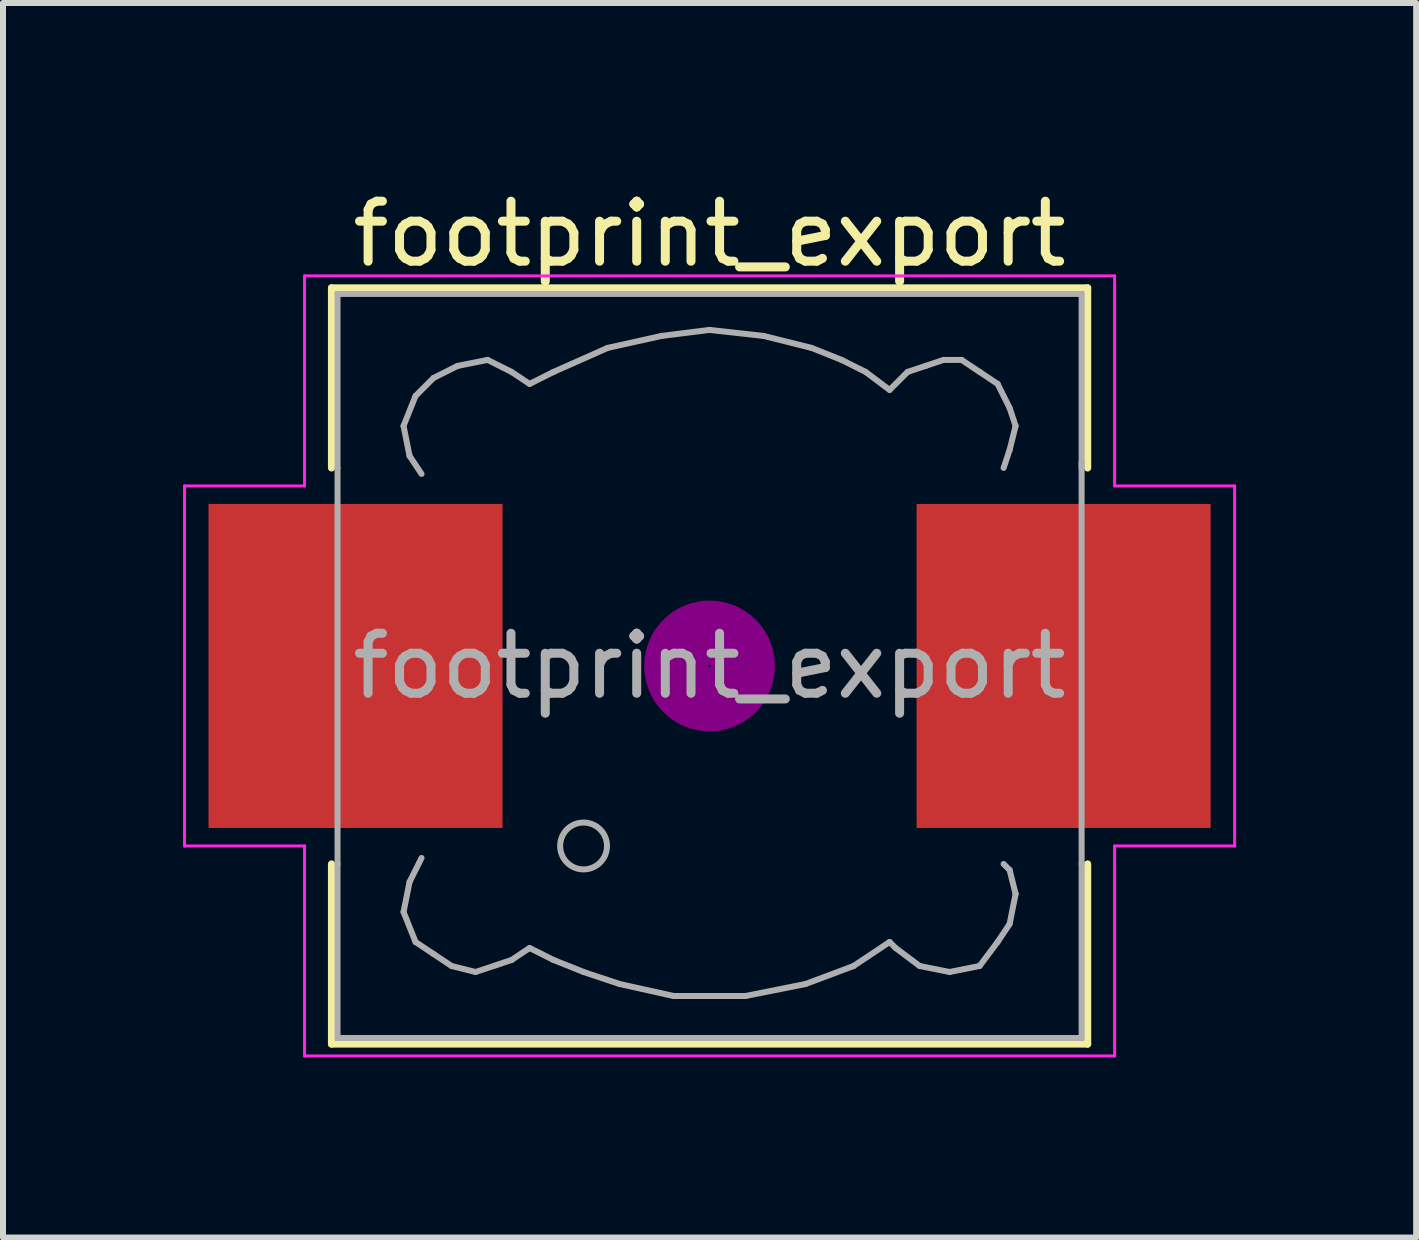
<source format=kicad_pcb>
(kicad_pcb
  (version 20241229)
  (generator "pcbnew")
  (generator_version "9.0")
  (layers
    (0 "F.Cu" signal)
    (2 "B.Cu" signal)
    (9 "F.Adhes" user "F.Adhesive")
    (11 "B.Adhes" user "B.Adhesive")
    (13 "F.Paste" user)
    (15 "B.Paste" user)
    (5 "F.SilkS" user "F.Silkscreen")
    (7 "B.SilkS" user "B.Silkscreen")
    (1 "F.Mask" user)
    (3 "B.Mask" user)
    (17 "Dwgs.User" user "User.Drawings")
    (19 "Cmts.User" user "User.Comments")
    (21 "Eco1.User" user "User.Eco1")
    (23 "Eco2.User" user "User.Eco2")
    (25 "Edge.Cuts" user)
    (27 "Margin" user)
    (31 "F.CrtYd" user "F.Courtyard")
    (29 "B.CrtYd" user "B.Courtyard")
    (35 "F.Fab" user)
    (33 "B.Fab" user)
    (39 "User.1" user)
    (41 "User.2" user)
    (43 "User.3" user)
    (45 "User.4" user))
  (footprint "footprint_export"
    (layer "F.Cu")
    (at 8.775 8.048)
    (property "Reference" "footprint_export" (at 0 -7.2 0) (layer "F.SilkS") (effects (font (size 1 1) (thickness 0.15))))
    (attr smd)
    (fp_line (start -6.3 -6.3) (end 6.3 -6.3) (stroke (width 0.12) (type solid)) (layer "F.SilkS"))
    (fp_line (start -6.3 -3.3) (end -6.3 -6.3) (stroke (width 0.12) (type solid)) (layer "F.SilkS"))
    (fp_line (start -6.3 6.3) (end -6.3 3.3) (stroke (width 0.12) (type solid)) (layer "F.SilkS"))
    (fp_line (start 6.3 -6.3) (end 6.3 -3.3) (stroke (width 0.12) (type solid)) (layer "F.SilkS"))
    (fp_line (start 6.3 3.3) (end 6.3 6.3) (stroke (width 0.12) (type solid)) (layer "F.SilkS"))
    (fp_line (start 6.3 6.3) (end -6.3 6.3) (stroke (width 0.12) (type solid)) (layer "F.SilkS"))
    (fp_circle (center 0 0) (end 0.15 0.15) (stroke (width 0.38) (type solid)) (fill no) (layer "F.Adhes"))
    (fp_circle (center 0 0) (end 0.55 0) (stroke (width 0.38) (type solid)) (fill no) (layer "F.Adhes"))
    (fp_circle (center 0 0) (end 0.9 0) (stroke (width 0.38) (type solid)) (fill no) (layer "F.Adhes"))
    (fp_line (start -8.75 -3) (end -6.75 -3) (stroke (width 0.05) (type solid)) (layer "F.CrtYd"))
    (fp_line (start -8.75 3) (end -8.75 -3) (stroke (width 0.05) (type solid)) (layer "F.CrtYd"))
    (fp_line (start -6.75 -6.5) (end 6.75 -6.5) (stroke (width 0.05) (type solid)) (layer "F.CrtYd"))
    (fp_line (start -6.75 -3) (end -6.75 -6.5) (stroke (width 0.05) (type solid)) (layer "F.CrtYd"))
    (fp_line (start -6.75 3) (end -8.75 3) (stroke (width 0.05) (type solid)) (layer "F.CrtYd"))
    (fp_line (start -6.75 6.5) (end -6.75 3) (stroke (width 0.05) (type solid)) (layer "F.CrtYd"))
    (fp_line (start 6.75 -6.5) (end 6.75 -3) (stroke (width 0.05) (type solid)) (layer "F.CrtYd"))
    (fp_line (start 6.75 -3) (end 8.75 -3) (stroke (width 0.05) (type solid)) (layer "F.CrtYd"))
    (fp_line (start 6.75 3) (end 6.75 6.5) (stroke (width 0.05) (type solid)) (layer "F.CrtYd"))
    (fp_line (start 6.75 6.5) (end -6.75 6.5) (stroke (width 0.05) (type solid)) (layer "F.CrtYd"))
    (fp_line (start 8.75 -3) (end 8.75 3) (stroke (width 0.05) (type solid)) (layer "F.CrtYd"))
    (fp_line (start 8.75 3) (end 6.75 3) (stroke (width 0.05) (type solid)) (layer "F.CrtYd"))
    (fp_line (start -6.2 -6.2) (end -6.2 -3.3) (stroke (width 0.1) (type solid)) (layer "F.Fab"))
    (fp_line (start -6.2 -3.3) (end -6.2 3.3) (stroke (width 0.1) (type solid)) (layer "F.Fab"))
    (fp_line (start -6.2 3.3) (end -6.2 6.2) (stroke (width 0.1) (type solid)) (layer "F.Fab"))
    (fp_line (start -6.2 6.2) (end 6.2 6.2) (stroke (width 0.1) (type solid)) (layer "F.Fab"))
    (fp_line (start -5.1 -4) (end -5 -3.5) (stroke (width 0.1) (type solid)) (layer "F.Fab"))
    (fp_line (start -5.1 4.1) (end -5 3.6) (stroke (width 0.1) (type solid)) (layer "F.Fab"))
    (fp_line (start -5 -3.5) (end -4.8 -3.2) (stroke (width 0.1) (type solid)) (layer "F.Fab"))
    (fp_line (start -5 3.6) (end -4.8 3.2) (stroke (width 0.1) (type solid)) (layer "F.Fab"))
    (fp_line (start -4.9 -4.5) (end -5.1 -4) (stroke (width 0.1) (type solid)) (layer "F.Fab"))
    (fp_line (start -4.9 4.6) (end -5.1 4.1) (stroke (width 0.1) (type solid)) (layer "F.Fab"))
    (fp_line (start -4.6 -4.8) (end -4.9 -4.5) (stroke (width 0.1) (type solid)) (layer "F.Fab"))
    (fp_line (start -4.6 4.8) (end -4.9 4.6) (stroke (width 0.1) (type solid)) (layer "F.Fab"))
    (fp_line (start -4.3 5) (end -4.6 4.8) (stroke (width 0.1) (type solid)) (layer "F.Fab"))
    (fp_line (start -4.2 -5) (end -4.6 -4.8) (stroke (width 0.1) (type solid)) (layer "F.Fab"))
    (fp_line (start -3.9 5.1) (end -4.3 5) (stroke (width 0.1) (type solid)) (layer "F.Fab"))
    (fp_line (start -3.7 -5.1) (end -4.2 -5) (stroke (width 0.1) (type solid)) (layer "F.Fab"))
    (fp_line (start -3.3 -4.9) (end -3.7 -5.1) (stroke (width 0.1) (type solid)) (layer "F.Fab"))
    (fp_line (start -3.3 4.9) (end -3.9 5.1) (stroke (width 0.1) (type solid)) (layer "F.Fab"))
    (fp_line (start -3 -4.7) (end -3.3 -4.9) (stroke (width 0.1) (type solid)) (layer "F.Fab"))
    (fp_line (start -3 4.7) (end -3.3 4.9) (stroke (width 0.1) (type solid)) (layer "F.Fab"))
    (fp_line (start -2.6 -4.9) (end -3 -4.7) (stroke (width 0.1) (type solid)) (layer "F.Fab"))
    (fp_line (start -2.6 4.9) (end -3 4.7) (stroke (width 0.1) (type solid)) (layer "F.Fab"))
    (fp_line (start -2.1 5.1) (end -2.6 4.9) (stroke (width 0.1) (type solid)) (layer "F.Fab"))
    (fp_line (start -1.7 -5.3) (end -2.6 -4.9) (stroke (width 0.1) (type solid)) (layer "F.Fab"))
    (fp_line (start -1.5 5.3) (end -2.1 5.1) (stroke (width 0.1) (type solid)) (layer "F.Fab"))
    (fp_line (start -0.8 -5.5) (end -1.7 -5.3) (stroke (width 0.1) (type solid)) (layer "F.Fab"))
    (fp_line (start -0.6 5.5) (end -1.5 5.3) (stroke (width 0.1) (type solid)) (layer "F.Fab"))
    (fp_line (start 0 -5.6) (end -0.8 -5.5) (stroke (width 0.1) (type solid)) (layer "F.Fab"))
    (fp_line (start 0.6 5.5) (end -0.6 5.5) (stroke (width 0.1) (type solid)) (layer "F.Fab"))
    (fp_line (start 0.9 -5.5) (end 0 -5.6) (stroke (width 0.1) (type solid)) (layer "F.Fab"))
    (fp_line (start 1.6 5.3) (end 0.6 5.5) (stroke (width 0.1) (type solid)) (layer "F.Fab"))
    (fp_line (start 1.7 -5.3) (end 0.9 -5.5) (stroke (width 0.1) (type solid)) (layer "F.Fab"))
    (fp_line (start 2.2 -5.1) (end 1.7 -5.3) (stroke (width 0.1) (type solid)) (layer "F.Fab"))
    (fp_line (start 2.4 5) (end 1.6 5.3) (stroke (width 0.1) (type solid)) (layer "F.Fab"))
    (fp_line (start 2.6 -4.9) (end 2.2 -5.1) (stroke (width 0.1) (type solid)) (layer "F.Fab"))
    (fp_line (start 3 -4.6) (end 2.6 -4.9) (stroke (width 0.1) (type solid)) (layer "F.Fab"))
    (fp_line (start 3 4.6) (end 2.4 5) (stroke (width 0.1) (type solid)) (layer "F.Fab"))
    (fp_line (start 3.1 4.7) (end 3 4.6) (stroke (width 0.1) (type solid)) (layer "F.Fab"))
    (fp_line (start 3.3 -4.9) (end 3 -4.6) (stroke (width 0.1) (type solid)) (layer "F.Fab"))
    (fp_line (start 3.5 5) (end 3.1 4.7) (stroke (width 0.1) (type solid)) (layer "F.Fab"))
    (fp_line (start 3.6 -5) (end 3.3 -4.9) (stroke (width 0.1) (type solid)) (layer "F.Fab"))
    (fp_line (start 3.9 -5.1) (end 3.6 -5) (stroke (width 0.1) (type solid)) (layer "F.Fab"))
    (fp_line (start 4 5.1) (end 3.5 5) (stroke (width 0.1) (type solid)) (layer "F.Fab"))
    (fp_line (start 4.2 -5.1) (end 3.9 -5.1) (stroke (width 0.1) (type solid)) (layer "F.Fab"))
    (fp_line (start 4.5 -4.9) (end 4.2 -5.1) (stroke (width 0.1) (type solid)) (layer "F.Fab"))
    (fp_line (start 4.5 5) (end 4 5.1) (stroke (width 0.1) (type solid)) (layer "F.Fab"))
    (fp_line (start 4.8 -4.7) (end 4.5 -4.9) (stroke (width 0.1) (type solid)) (layer "F.Fab"))
    (fp_line (start 4.8 4.6) (end 4.5 5) (stroke (width 0.1) (type solid)) (layer "F.Fab"))
    (fp_line (start 4.9 -3.3) (end 5 -3.6) (stroke (width 0.1) (type solid)) (layer "F.Fab"))
    (fp_line (start 4.9 3.3) (end 5 3.4) (stroke (width 0.1) (type solid)) (layer "F.Fab"))
    (fp_line (start 5 -4.3) (end 4.8 -4.7) (stroke (width 0.1) (type solid)) (layer "F.Fab"))
    (fp_line (start 5 -3.6) (end 5.1 -4) (stroke (width 0.1) (type solid)) (layer "F.Fab"))
    (fp_line (start 5 3.4) (end 5.1 3.8) (stroke (width 0.1) (type solid)) (layer "F.Fab"))
    (fp_line (start 5 4.3) (end 4.8 4.6) (stroke (width 0.1) (type solid)) (layer "F.Fab"))
    (fp_line (start 5.1 -4) (end 5 -4.3) (stroke (width 0.1) (type solid)) (layer "F.Fab"))
    (fp_line (start 5.1 3.8) (end 5 4.3) (stroke (width 0.1) (type solid)) (layer "F.Fab"))
    (fp_line (start 6.2 -6.2) (end -6.2 -6.2) (stroke (width 0.1) (type solid)) (layer "F.Fab"))
    (fp_line (start 6.2 -6.2) (end 6.2 -3.3) (stroke (width 0.1) (type solid)) (layer "F.Fab"))
    (fp_line (start 6.2 3.3) (end 6.2 -3.4) (stroke (width 0.1) (type solid)) (layer "F.Fab"))
    (fp_line (start 6.2 6.2) (end 6.2 3.3) (stroke (width 0.1) (type solid)) (layer "F.Fab"))
    (fp_circle (center -2.1 3) (end -1.8 3.25) (stroke (width 0.1) (type solid)) (fill no) (layer "F.Fab"))
    (fp_text user "${REFERENCE}" (at 0 0 0) (layer "F.Fab") (effects (font (size 1 1) (thickness 0.15))))
    (pad "1" smd rect (at -5.9 0) (size 4.9 5.4) (layers "F.Cu" "F.Mask" "F.Paste"))
    (pad "2" smd rect (at 5.9 0) (size 4.9 5.4) (layers "F.Cu" "F.Mask" "F.Paste")))
  (gr_rect
    (start -3 -3)
    (end 20.55 17.573)
    (stroke (width 0.1) (type default))
    (fill no)
    (layer "Edge.Cuts")))
</source>
